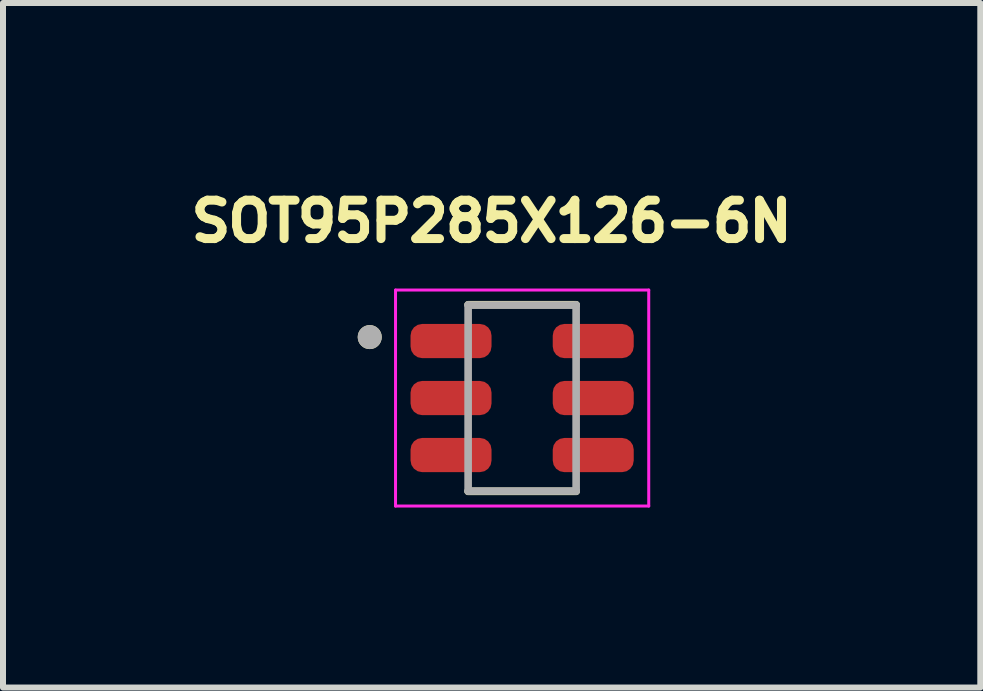
<source format=kicad_pcb>
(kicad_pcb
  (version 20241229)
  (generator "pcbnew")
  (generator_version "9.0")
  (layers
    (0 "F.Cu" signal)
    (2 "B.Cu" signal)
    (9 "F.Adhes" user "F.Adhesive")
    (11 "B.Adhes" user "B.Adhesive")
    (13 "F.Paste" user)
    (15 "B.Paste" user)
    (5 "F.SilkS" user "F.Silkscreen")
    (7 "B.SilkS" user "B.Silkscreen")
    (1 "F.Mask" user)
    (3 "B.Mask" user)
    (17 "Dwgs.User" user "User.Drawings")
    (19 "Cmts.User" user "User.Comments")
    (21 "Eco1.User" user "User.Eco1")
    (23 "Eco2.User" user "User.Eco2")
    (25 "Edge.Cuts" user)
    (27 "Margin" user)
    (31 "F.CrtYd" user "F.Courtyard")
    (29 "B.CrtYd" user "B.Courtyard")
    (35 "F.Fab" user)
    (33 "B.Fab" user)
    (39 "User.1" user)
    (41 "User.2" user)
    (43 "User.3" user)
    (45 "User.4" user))
  (footprint "SOT95P285X126-6N"
    (layer "F.Cu")
    (at 5.652 3.584)
    (property "Reference" "SOT95P285X126-6N" (at -0.508 -2.946 0) (layer "F.SilkS") (effects (font (size 0.64 0.64) (thickness 0.15))))
    (attr through_hole)
    (fp_line (start 0.9 -1.555) (end -0.9 -1.555) (stroke (width 0.127) (type solid)) (layer "F.SilkS"))
    (fp_line (start 0.9 1.555) (end -0.9 1.555) (stroke (width 0.127) (type solid)) (layer "F.SilkS"))
    (fp_circle (center -2.54 -1.016) (end -2.44 -1.016) (stroke (width 0.2) (type solid)) (fill no) (layer "F.SilkS"))
    (fp_line (start -2.11 -1.8) (end -2.11 1.8) (stroke (width 0.05) (type solid)) (layer "F.CrtYd"))
    (fp_line (start -2.11 1.8) (end 2.11 1.8) (stroke (width 0.05) (type solid)) (layer "F.CrtYd"))
    (fp_line (start 2.11 -1.8) (end -2.11 -1.8) (stroke (width 0.05) (type solid)) (layer "F.CrtYd"))
    (fp_line (start 2.11 1.8) (end 2.11 -1.8) (stroke (width 0.05) (type solid)) (layer "F.CrtYd"))
    (fp_line (start -0.9 -1.55) (end -0.9 1.55) (stroke (width 0.127) (type solid)) (layer "F.Fab"))
    (fp_line (start -0.9 1.55) (end 0.9 1.55) (stroke (width 0.127) (type solid)) (layer "F.Fab"))
    (fp_line (start 0.9 -1.55) (end -0.9 -1.55) (stroke (width 0.127) (type solid)) (layer "F.Fab"))
    (fp_line (start 0.9 1.55) (end 0.9 -1.55) (stroke (width 0.127) (type solid)) (layer "F.Fab"))
    (fp_circle (center -2.54 -1.016) (end -2.44 -1.016) (stroke (width 0.2) (type solid)) (fill no) (layer "F.Fab"))
    (pad "1" smd roundrect (at -1.185 -0.95 270) (size 0.57 1.35) (layers "F.Cu" "F.Mask" "F.Paste") (roundrect_rratio 0.34))
    (pad "2" smd roundrect (at -1.185 0 270) (size 0.57 1.35) (layers "F.Cu" "F.Mask" "F.Paste") (roundrect_rratio 0.34))
    (pad "3" smd roundrect (at -1.185 0.95 270) (size 0.57 1.35) (layers "F.Cu" "F.Mask" "F.Paste") (roundrect_rratio 0.34))
    (pad "4" smd roundrect (at 1.185 0.95 270) (size 0.57 1.35) (layers "F.Cu" "F.Mask" "F.Paste") (roundrect_rratio 0.34))
    (pad "5" smd roundrect (at 1.185 0 270) (size 0.57 1.35) (layers "F.Cu" "F.Mask" "F.Paste") (roundrect_rratio 0.34))
    (pad "6" smd roundrect (at 1.185 -0.95 270) (size 0.57 1.35) (layers "F.Cu" "F.Mask" "F.Paste") (roundrect_rratio 0.34)))
  (gr_rect
    (start -3 -3)
    (end 13.288 8.409)
    (stroke (width 0.1) (type default))
    (fill no)
    (layer "Edge.Cuts")))
</source>
